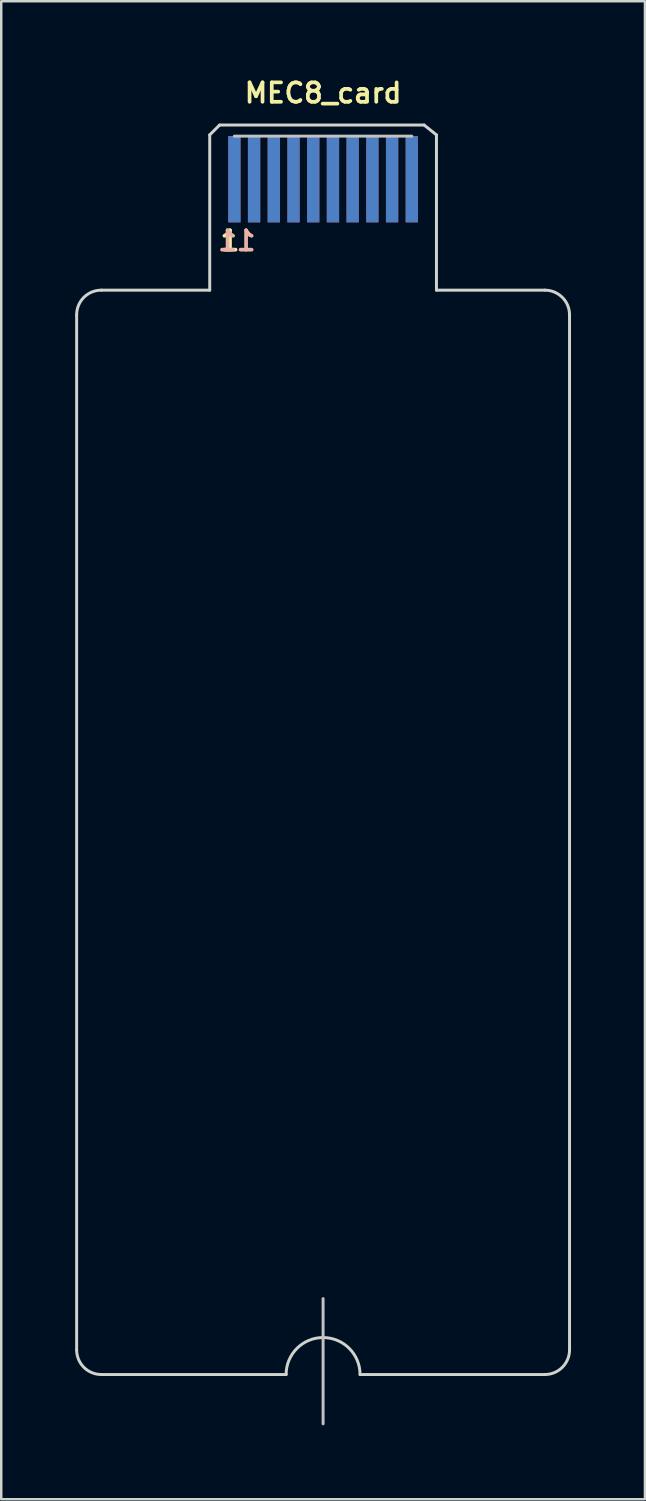
<source format=kicad_pcb>
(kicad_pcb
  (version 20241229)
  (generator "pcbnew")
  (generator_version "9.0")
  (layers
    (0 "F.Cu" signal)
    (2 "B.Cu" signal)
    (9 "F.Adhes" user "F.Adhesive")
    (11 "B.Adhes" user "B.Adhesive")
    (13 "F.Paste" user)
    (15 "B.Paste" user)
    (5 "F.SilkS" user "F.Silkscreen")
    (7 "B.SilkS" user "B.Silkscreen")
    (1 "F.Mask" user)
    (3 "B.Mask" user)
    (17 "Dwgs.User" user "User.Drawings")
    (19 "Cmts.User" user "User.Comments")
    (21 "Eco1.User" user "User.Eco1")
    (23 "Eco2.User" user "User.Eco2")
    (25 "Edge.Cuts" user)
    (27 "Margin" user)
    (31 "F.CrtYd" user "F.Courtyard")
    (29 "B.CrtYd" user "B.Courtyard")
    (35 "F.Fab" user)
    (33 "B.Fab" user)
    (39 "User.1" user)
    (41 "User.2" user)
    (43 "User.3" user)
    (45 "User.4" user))
  (footprint "MEC8_card"
    (layer "F.Cu")
    (at 10.06 4.224)
    (property "Reference" "MEC8_card" (at 0 -3.5 0) (layer "F.SilkS") (effects (font (size 0.788 0.788) (thickness 0.15))))
    (attr through_hole)
    (fp_line (start -3.6 -1.75) (end 3.6 -1.75) (stroke (width 0.12) (type solid)) (layer "Dwgs.User"))
    (fp_line (start 0 50.5) (end 0 45.42) (stroke (width 0.12) (type solid)) (layer "Dwgs.User"))
    (fp_line (start -10 5.5) (end -10 47.5) (stroke (width 0.12) (type solid)) (layer "Edge.Cuts"))
    (fp_line (start -9 48.5) (end -1.5 48.5) (stroke (width 0.12) (type solid)) (layer "Edge.Cuts"))
    (fp_line (start -4.6 -1.8) (end -4.6 4.5) (stroke (width 0.12) (type solid)) (layer "Edge.Cuts"))
    (fp_line (start -4.6 -1.8) (end -4.2 -2.2) (stroke (width 0.12) (type solid)) (layer "Edge.Cuts"))
    (fp_line (start -4.6 4.5) (end -9 4.5) (stroke (width 0.12) (type solid)) (layer "Edge.Cuts"))
    (fp_line (start 4.1 -2.2) (end -4.2 -2.2) (stroke (width 0.12) (type solid)) (layer "Edge.Cuts"))
    (fp_line (start 4.6 -1.8) (end 4.1 -2.2) (stroke (width 0.12) (type solid)) (layer "Edge.Cuts"))
    (fp_line (start 4.6 -1.8) (end 4.6 4.5) (stroke (width 0.12) (type solid)) (layer "Edge.Cuts"))
    (fp_line (start 4.6 4.5) (end 9 4.5) (stroke (width 0.12) (type solid)) (layer "Edge.Cuts"))
    (fp_line (start 9 48.5) (end 1.5 48.5) (stroke (width 0.12) (type solid)) (layer "Edge.Cuts"))
    (fp_line (start 10 47.5) (end 10 5.5) (stroke (width 0.12) (type solid)) (layer "Edge.Cuts"))
    (fp_arc (start -10 5.5) (mid -9.707107 4.792893) (end -9 4.5) (stroke (width 0.12) (type solid)) (layer "Edge.Cuts"))
    (fp_arc (start -9 48.5) (mid -9.707107 48.207107) (end -10 47.5) (stroke (width 0.12) (type solid)) (layer "Edge.Cuts"))
    (fp_arc (start -1.5 48.5) (mid 0 47) (end 1.5 48.5) (stroke (width 0.12) (type solid)) (layer "Edge.Cuts"))
    (fp_arc (start 9 4.5) (mid 9.707107 4.792893) (end 10 5.5) (stroke (width 0.12) (type solid)) (layer "Edge.Cuts"))
    (fp_arc (start 10 47.5) (mid 9.707107 48.207107) (end 9 48.5) (stroke (width 0.12) (type solid)) (layer "Edge.Cuts"))
    (fp_text user "1" (at -3.778 2.5 0) (layer "F.SilkS") (effects (font (size 0.788 0.788) (thickness 0.15))))
    (fp_text user "11" (at -3.5 2.5 0) (layer "B.SilkS") (effects (font (size 0.789 0.789) (thickness 0.15)) (justify mirror)))
    (pad "1" smd rect (at -3.6 0) (size 0.5 3.5) (layers "F.Cu" "F.Mask" "F.Paste"))
    (pad "2" smd rect (at -2.8 0) (size 0.5 3.5) (layers "F.Cu" "F.Mask" "F.Paste"))
    (pad "3" smd rect (at -2 0) (size 0.5 3.5) (layers "F.Cu" "F.Mask" "F.Paste"))
    (pad "4" smd rect (at -1.2 0) (size 0.5 3.5) (layers "F.Cu" "F.Mask" "F.Paste"))
    (pad "5" smd rect (at -0.4 0) (size 0.5 3.5) (layers "F.Cu" "F.Mask" "F.Paste"))
    (pad "6" smd rect (at 0.4 0) (size 0.5 3.5) (layers "F.Cu" "F.Mask" "F.Paste"))
    (pad "7" smd rect (at 1.2 0) (size 0.5 3.5) (layers "F.Cu" "F.Mask" "F.Paste"))
    (pad "8" smd rect (at 2 0) (size 0.5 3.5) (layers "F.Cu" "F.Mask" "F.Paste"))
    (pad "9" smd rect (at 2.8 0) (size 0.5 3.5) (layers "F.Cu" "F.Mask" "F.Paste"))
    (pad "10" smd rect (at 3.6 0) (size 0.5 3.5) (layers "F.Cu" "F.Mask" "F.Paste"))
    (pad "11" smd rect (at -3.6 0) (size 0.5 3.5) (layers "B.Cu" "B.Mask" "B.Paste"))
    (pad "12" smd rect (at -2.8 0) (size 0.5 3.5) (layers "B.Cu" "B.Mask" "B.Paste"))
    (pad "13" smd rect (at -2 0) (size 0.5 3.5) (layers "B.Cu" "B.Mask" "B.Paste"))
    (pad "14" smd rect (at -1.2 0) (size 0.5 3.5) (layers "B.Cu" "B.Mask" "B.Paste"))
    (pad "15" smd rect (at -0.4 0) (size 0.5 3.5) (layers "B.Cu" "B.Mask" "B.Paste"))
    (pad "16" smd rect (at 0.4 0) (size 0.5 3.5) (layers "B.Cu" "B.Mask" "B.Paste"))
    (pad "17" smd rect (at 1.2 0) (size 0.5 3.5) (layers "B.Cu" "B.Mask" "B.Paste"))
    (pad "18" smd rect (at 2 0) (size 0.5 3.5) (layers "B.Cu" "B.Mask" "B.Paste"))
    (pad "19" smd rect (at 2.8 0) (size 0.5 3.5) (layers "B.Cu" "B.Mask" "B.Paste"))
    (pad "20" smd rect (at 3.6 0) (size 0.5 3.5) (layers "B.Cu" "B.Mask" "B.Paste")))
  (gr_rect
    (start -3 -3)
    (end 23.12 57.784)
    (stroke (width 0.1) (type default))
    (fill no)
    (layer "Edge.Cuts")))
</source>
